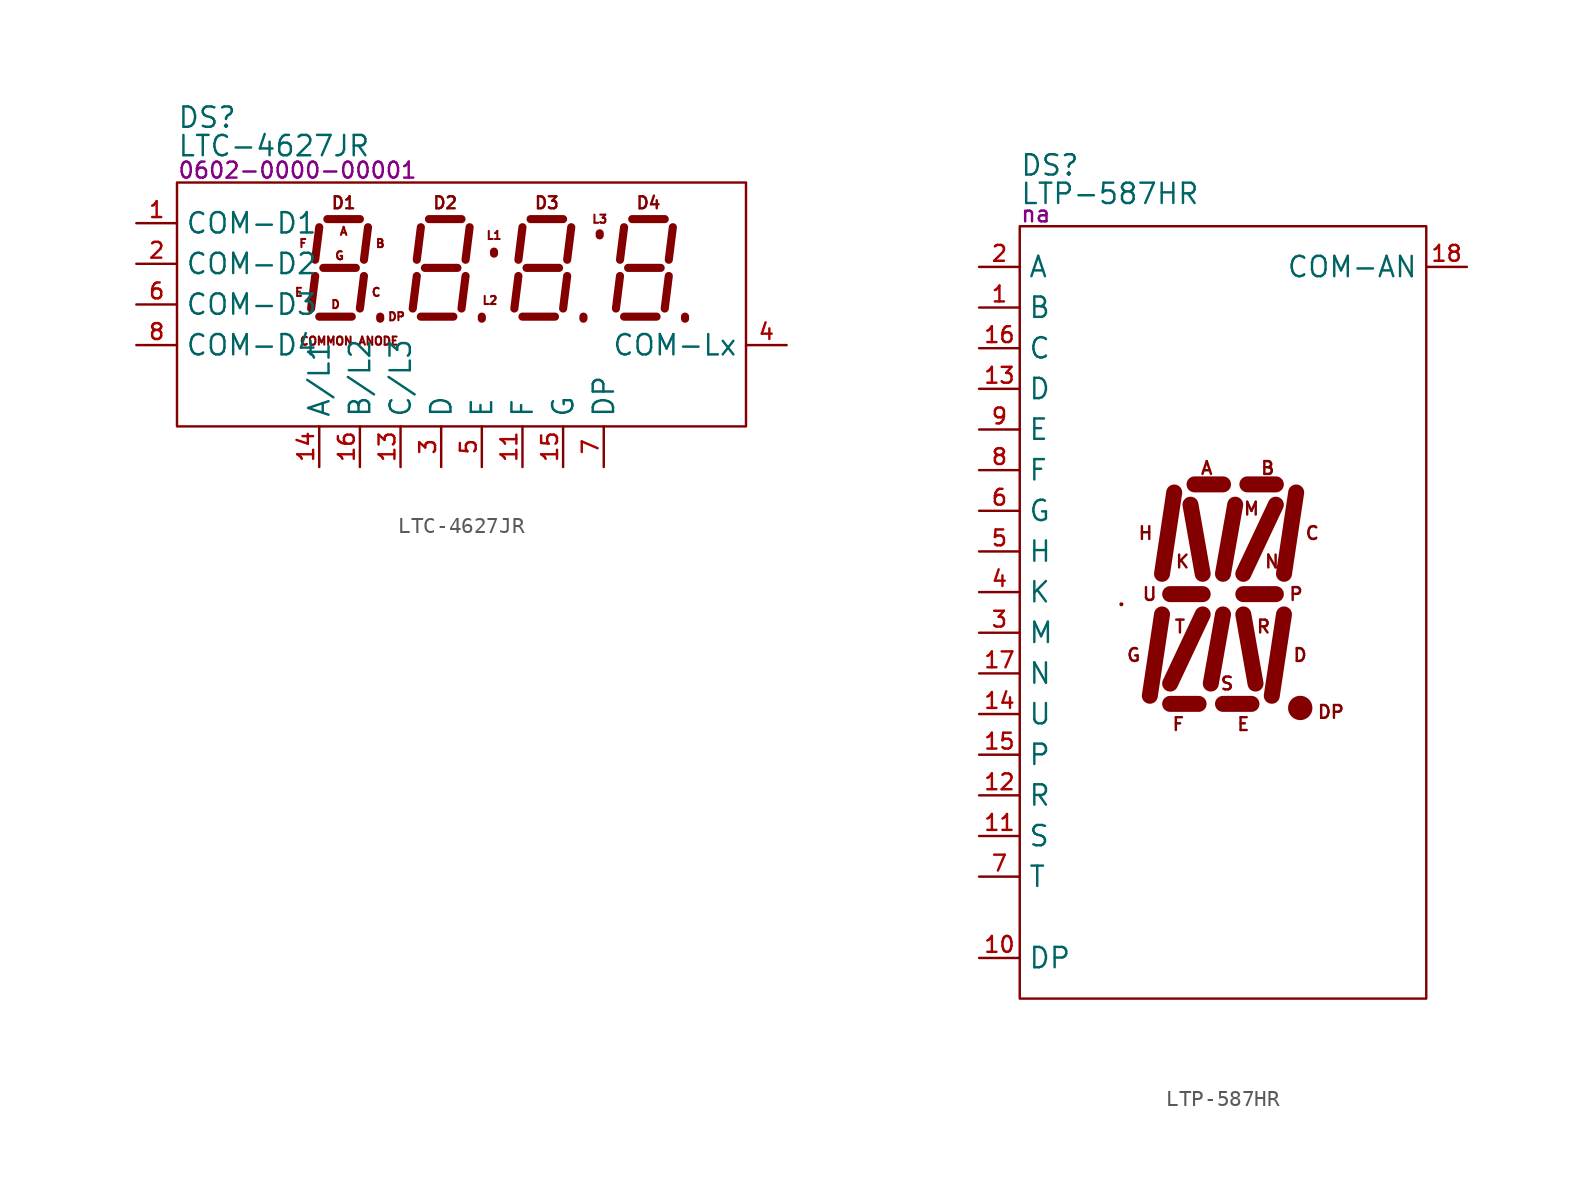
<source format=kicad_sym>
(kicad_symbol_lib
  (version 20231120)
  (generator "kicad_symbol_editor")
  (generator_version "8.0")
  (symbol "LTC-4627JR"
    (property "Reference" "DS"
      (at -2.54 4.064 0)
      (effects (font (size 1.27 1.27)) (justify left)))
    (property "Value" "LTC-4627JR"
      (at -2.54 2.286 0)
      (effects (font (size 1.27 1.27)) (justify left)))
    (property "PartNumber" "0602-0000-00001"
      (at -2.54 0.762 0)
      (effects (font (size 1 1)) (justify left)))
    (symbol "LTC-4627JR_0_0"
      (pin passive line (at 19.05 -17.78 90) (length 2.54) (name "F" (effects (font (size 1.27 1.27)))) (number "11" (effects (font (size 0.991 0.991)))))
      (pin passive line (at 11.43 -17.78 90) (length 2.54) (name "C/L3" (effects (font (size 1.27 1.27)))) (number "13" (effects (font (size 0.991 0.991)))))
      (pin passive line (at 6.35 -17.78 90) (length 2.54) (name "A/L1" (effects (font (size 1.27 1.27)))) (number "14" (effects (font (size 0.991 0.991)))))
      (pin passive line (at 21.59 -17.78 90) (length 2.54) (name "G" (effects (font (size 1.27 1.27)))) (number "15" (effects (font (size 0.991 0.991)))))
      (pin passive line (at 8.89 -17.78 90) (length 2.54) (name "B/L2" (effects (font (size 1.27 1.27)))) (number "16" (effects (font (size 0.991 0.991)))))
      (pin passive line (at 13.97 -17.78 90) (length 2.54) (name "D" (effects (font (size 1.27 1.27)))) (number "3" (effects (font (size 0.991 0.991)))))
      (pin passive line (at 16.51 -17.78 90) (length 2.54) (name "E" (effects (font (size 1.27 1.27)))) (number "5" (effects (font (size 0.991 0.991)))))
      (pin passive line (at 24.13 -17.78 90) (length 2.54) (name "DP" (effects (font (size 1.27 1.27)))) (number "7" (effects (font (size 0.991 0.991))))))
    (symbol "LTC-4627JR_1_0"
      (rectangle (start -2.54 0) (end 33.02 -15.24) (stroke (width 0) (type default)) (fill (type none)))
      (text "A" (at 7.874 -3.048 0) (effects (font (size 0.508 0.508))))
      (text "B" (at 10.16 -3.81 0) (effects (font (size 0.508 0.508))))
      (text "C" (at 9.906 -6.858 0) (effects (font (size 0.508 0.508))))
      (text "COMMON ANODE" (at 5.08 -9.906 0) (effects (font (size 0.508 0.508)) (justify left)))
      (text "D" (at 7.366 -7.62 0) (effects (font (size 0.508 0.508))))
      (text "D1" (at 7.874 -1.27 0) (effects (font (size 0.75 0.75))))
      (text "D2" (at 14.224 -1.27 0) (effects (font (size 0.75 0.75))))
      (text "D3" (at 20.574 -1.27 0) (effects (font (size 0.75 0.75))))
      (text "D4" (at 26.924 -1.27 0) (effects (font (size 0.75 0.75))))
      (text "DP" (at 11.176 -8.382 0) (effects (font (size 0.508 0.508))))
      (text "E" (at 5.08 -6.858 0) (effects (font (size 0.508 0.508))))
      (text "F" (at 5.334 -3.81 0) (effects (font (size 0.508 0.508))))
      (text "G" (at 7.62 -4.572 0) (effects (font (size 0.508 0.508))))
      (text "L1" (at 17.272 -3.302 0) (effects (font (size 0.508 0.508))))
      (text "L2" (at 17.018 -7.366 0) (effects (font (size 0.508 0.508))))
      (text "L3" (at 23.876 -2.286 0) (effects (font (size 0.508 0.508))))
      (pin passive line (at -5.08 -2.54 0) (length 2.54) (name "COM-D1" (effects (font (size 1.27 1.27)))) (number "1" (effects (font (size 0.991 0.991)))))
      (pin passive line (at -5.08 -5.08 0) (length 2.54) (name "COM-D2" (effects (font (size 1.27 1.27)))) (number "2" (effects (font (size 0.991 0.991)))))
      (pin passive line (at 35.56 -10.16 180) (length 2.54) (name "COM-Lx" (effects (font (size 1.27 1.27)))) (number "4" (effects (font (size 0.991 0.991)))))
      (pin passive line (at -5.08 -7.62 0) (length 2.54) (name "COM-D3" (effects (font (size 1.27 1.27)))) (number "6" (effects (font (size 0.991 0.991)))))
      (pin passive line (at -5.08 -10.16 0) (length 2.54) (name "COM-D4" (effects (font (size 1.27 1.27)))) (number "8" (effects (font (size 0.991 0.991)))))
      (pin no_connect line (at -1.27 -13.97 0) (length 2.54) hide (name "NC" (effects (font (size 1.27 1.27)))) (number "9" (effects (font (size 0.991 0.991))))))
    (symbol "LTC-4627JR_1_1"
      (polyline (pts (xy 6.096 -5.842) (xy 5.842 -7.874)) (stroke (width 0.508) (type default)) (fill (type none)))
      (polyline (pts (xy 6.35 -8.382) (xy 8.382 -8.382)) (stroke (width 0.508) (type default)) (fill (type none)))
      (polyline (pts (xy 6.35 -2.794) (xy 6.096 -4.826)) (stroke (width 0.508) (type default)) (fill (type none)))
      (polyline (pts (xy 6.604 -5.334) (xy 8.636 -5.334)) (stroke (width 0.508) (type default)) (fill (type none)))
      (polyline (pts (xy 6.858 -2.286) (xy 8.89 -2.286)) (stroke (width 0.508) (type default)) (fill (type none)))
      (polyline (pts (xy 9.144 -5.842) (xy 8.89 -7.874)) (stroke (width 0.508) (type default)) (fill (type none)))
      (polyline (pts (xy 9.398 -2.794) (xy 9.144 -4.826)) (stroke (width 0.508) (type default)) (fill (type none)))
      (polyline (pts (xy 10.16 -8.509) (xy 10.16 -8.382)) (stroke (width 0.508) (type default)) (fill (type none)))
      (polyline (pts (xy 12.446 -5.842) (xy 12.192 -7.874)) (stroke (width 0.508) (type default)) (fill (type none)))
      (polyline (pts (xy 12.7 -8.382) (xy 14.732 -8.382)) (stroke (width 0.508) (type default)) (fill (type none)))
      (polyline (pts (xy 12.7 -2.794) (xy 12.446 -4.826)) (stroke (width 0.508) (type default)) (fill (type none)))
      (polyline (pts (xy 12.954 -5.334) (xy 14.986 -5.334)) (stroke (width 0.508) (type default)) (fill (type none)))
      (polyline (pts (xy 13.208 -2.286) (xy 15.24 -2.286)) (stroke (width 0.508) (type default)) (fill (type none)))
      (polyline (pts (xy 15.494 -5.842) (xy 15.24 -7.874)) (stroke (width 0.508) (type default)) (fill (type none)))
      (polyline (pts (xy 15.748 -2.794) (xy 15.494 -4.826)) (stroke (width 0.508) (type default)) (fill (type none)))
      (polyline (pts (xy 16.51 -8.509) (xy 16.51 -8.382)) (stroke (width 0.508) (type default)) (fill (type none)))
      (polyline (pts (xy 17.272 -4.445) (xy 17.272 -4.318)) (stroke (width 0.508) (type default)) (fill (type none)))
      (polyline (pts (xy 18.796 -5.842) (xy 18.542 -7.874)) (stroke (width 0.508) (type default)) (fill (type none)))
      (polyline (pts (xy 19.05 -8.382) (xy 21.082 -8.382)) (stroke (width 0.508) (type default)) (fill (type none)))
      (polyline (pts (xy 19.05 -2.794) (xy 18.796 -4.826)) (stroke (width 0.508) (type default)) (fill (type none)))
      (polyline (pts (xy 19.304 -5.334) (xy 21.336 -5.334)) (stroke (width 0.508) (type default)) (fill (type none)))
      (polyline (pts (xy 19.558 -2.286) (xy 21.59 -2.286)) (stroke (width 0.508) (type default)) (fill (type none)))
      (polyline (pts (xy 21.844 -5.842) (xy 21.59 -7.874)) (stroke (width 0.508) (type default)) (fill (type none)))
      (polyline (pts (xy 22.098 -2.794) (xy 21.844 -4.826)) (stroke (width 0.508) (type default)) (fill (type none)))
      (polyline (pts (xy 22.86 -8.509) (xy 22.86 -8.382)) (stroke (width 0.508) (type default)) (fill (type none)))
      (polyline (pts (xy 23.876 -3.302) (xy 23.876 -3.175)) (stroke (width 0.508) (type default)) (fill (type none)))
      (polyline (pts (xy 25.146 -5.842) (xy 24.892 -7.874)) (stroke (width 0.508) (type default)) (fill (type none)))
      (polyline (pts (xy 25.4 -8.382) (xy 27.432 -8.382)) (stroke (width 0.508) (type default)) (fill (type none)))
      (polyline (pts (xy 25.4 -2.794) (xy 25.146 -4.826)) (stroke (width 0.508) (type default)) (fill (type none)))
      (polyline (pts (xy 25.654 -5.334) (xy 27.686 -5.334)) (stroke (width 0.508) (type default)) (fill (type none)))
      (polyline (pts (xy 25.908 -2.286) (xy 27.94 -2.286)) (stroke (width 0.508) (type default)) (fill (type none)))
      (polyline (pts (xy 28.194 -5.842) (xy 27.94 -7.874)) (stroke (width 0.508) (type default)) (fill (type none)))
      (polyline (pts (xy 28.448 -2.794) (xy 28.194 -4.826)) (stroke (width 0.508) (type default)) (fill (type none)))
      (polyline (pts (xy 29.21 -8.509) (xy 29.21 -8.382)) (stroke (width 0.508) (type default)) (fill (type none)))))
  (symbol "LTP-587HR"
    (property "Reference" "DS"
      (at 0 3.81 0)
      (effects (font (size 1.27 1.27)) (justify left)))
    (property "Value" "LTP-587HR"
      (at 0 2.032 0)
      (effects (font (size 1.27 1.27)) (justify left)))
    (property "PartNumber" "na"
      (at 0 0.762 0)
      (effects (font (size 1 1)) (justify left)))
    (symbol "LTP-587HR_0_0"
      (pin unspecified line (at -2.54 -5.08 0) (length 2.54) (name "B" (effects (font (size 1.27 1.27)))) (number "1" (effects (font (size 0.991 0.991)))))
      (pin unspecified line (at -2.54 -45.72 0) (length 2.54) (name "DP" (effects (font (size 1.27 1.27)))) (number "10" (effects (font (size 0.991 0.991)))))
      (pin unspecified line (at -2.54 -38.1 0) (length 2.54) (name "S" (effects (font (size 1.27 1.27)))) (number "11" (effects (font (size 0.991 0.991)))))
      (pin unspecified line (at -2.54 -35.56 0) (length 2.54) (name "R" (effects (font (size 1.27 1.27)))) (number "12" (effects (font (size 0.991 0.991)))))
      (pin unspecified line (at -2.54 -10.16 0) (length 2.54) (name "D" (effects (font (size 1.27 1.27)))) (number "13" (effects (font (size 0.991 0.991)))))
      (pin unspecified line (at -2.54 -30.48 0) (length 2.54) (name "U" (effects (font (size 1.27 1.27)))) (number "14" (effects (font (size 0.991 0.991)))))
      (pin unspecified line (at -2.54 -33.02 0) (length 2.54) (name "P" (effects (font (size 1.27 1.27)))) (number "15" (effects (font (size 0.991 0.991)))))
      (pin unspecified line (at -2.54 -7.62 0) (length 2.54) (name "C" (effects (font (size 1.27 1.27)))) (number "16" (effects (font (size 0.991 0.991)))))
      (pin unspecified line (at -2.54 -27.94 0) (length 2.54) (name "N" (effects (font (size 1.27 1.27)))) (number "17" (effects (font (size 0.991 0.991)))))
      (pin unspecified line (at 27.94 -2.54 180) (length 2.54) (name "COM-AN" (effects (font (size 1.27 1.27)))) (number "18" (effects (font (size 0.991 0.991)))))
      (pin unspecified line (at -2.54 -2.54 0) (length 2.54) (name "A" (effects (font (size 1.27 1.27)))) (number "2" (effects (font (size 0.991 0.991)))))
      (pin unspecified line (at -2.54 -25.4 0) (length 2.54) (name "M" (effects (font (size 1.27 1.27)))) (number "3" (effects (font (size 0.991 0.991)))))
      (pin unspecified line (at -2.54 -22.86 0) (length 2.54) (name "K" (effects (font (size 1.27 1.27)))) (number "4" (effects (font (size 0.991 0.991)))))
      (pin unspecified line (at -2.54 -20.32 0) (length 2.54) (name "H" (effects (font (size 1.27 1.27)))) (number "5" (effects (font (size 0.991 0.991)))))
      (pin unspecified line (at -2.54 -17.78 0) (length 2.54) (name "G" (effects (font (size 1.27 1.27)))) (number "6" (effects (font (size 0.991 0.991)))))
      (pin unspecified line (at -2.54 -40.64 0) (length 2.54) (name "T" (effects (font (size 1.27 1.27)))) (number "7" (effects (font (size 0.991 0.991)))))
      (pin unspecified line (at -2.54 -15.24 0) (length 2.54) (name "F" (effects (font (size 1.27 1.27)))) (number "8" (effects (font (size 0.991 0.991)))))
      (pin unspecified line (at -2.54 -12.7 0) (length 2.54) (name "E" (effects (font (size 1.27 1.27)))) (number "9" (effects (font (size 0.991 0.991))))))
    (symbol "LTP-587HR_0_1"
      (polyline (pts (xy 6.35 -23.622) (xy 6.35 -23.622)) (stroke (width 0.254) (type default)) (fill (type none)))
      (rectangle (start 0 0) (end 25.4 -48.26) (stroke (width 0) (type default)) (fill (type none))))
    (symbol "LTP-587HR_1_0"
      (circle (center 17.526 -30.099) (radius 0.762) (stroke (width -0.0001) (type default)) (fill (type outline)))
      (text "A" (at 11.684 -15.113 0) (effects (font (size 0.8 0.8))))
      (text "B" (at 15.494 -15.113 0) (effects (font (size 0.8 0.8))))
      (text "C" (at 17.78 -19.177 0) (effects (font (size 0.8 0.8)) (justify left)))
      (text "D" (at 17.018 -26.797 0) (effects (font (size 0.8 0.8)) (justify left)))
      (text "DP" (at 18.542 -30.353 0) (effects (font (size 0.8 0.8)) (justify left)))
      (text "E" (at 13.97 -31.115 0) (effects (font (size 0.8 0.8))))
      (text "F" (at 9.906 -31.115 0) (effects (font (size 0.8 0.8))))
      (text "G" (at 7.62 -26.797 0) (effects (font (size 0.8 0.8)) (justify right)))
      (text "H" (at 8.382 -19.177 0) (effects (font (size 0.8 0.8)) (justify right)))
      (text "K" (at 10.668 -20.955 0) (effects (font (size 0.8 0.8)) (justify right)))
      (text "M" (at 14.478 -17.653 0) (effects (font (size 0.8 0.8))))
      (text "N" (at 15.24 -20.955 0) (effects (font (size 0.8 0.8)) (justify left)))
      (text "P" (at 16.764 -22.987 0) (effects (font (size 0.8 0.8)) (justify left)))
      (text "R" (at 14.732 -25.019 0) (effects (font (size 0.8 0.8)) (justify left)))
      (text "S" (at 12.954 -28.575 0) (effects (font (size 0.8 0.8))))
      (text "T" (at 10.414 -25.019 0) (effects (font (size 0.8 0.8)) (justify right)))
      (text "U" (at 8.636 -22.987 0) (effects (font (size 0.8 0.8)) (justify right))))
    (symbol "LTP-587HR_1_1"
      (polyline (pts (xy 8.128 -29.337) (xy 8.89 -24.257)) (stroke (width 1) (type default)) (fill (type none)))
      (polyline (pts (xy 8.89 -21.717) (xy 9.652 -16.637)) (stroke (width 1) (type default)) (fill (type none)))
      (polyline (pts (xy 9.398 -22.987) (xy 11.43 -22.987)) (stroke (width 1) (type default)) (fill (type none)))
      (polyline (pts (xy 11.176 -29.845) (xy 9.398 -29.845)) (stroke (width 1) (type default)) (fill (type none)))
      (polyline (pts (xy 11.43 -24.257) (xy 9.398 -28.575)) (stroke (width 1) (type default)) (fill (type none)))
      (polyline (pts (xy 11.43 -21.717) (xy 10.668 -17.399)) (stroke (width 1) (type default)) (fill (type none)))
      (polyline (pts (xy 12.7 -24.257) (xy 11.938 -28.575)) (stroke (width 1) (type default)) (fill (type none)))
      (polyline (pts (xy 12.7 -21.717) (xy 13.462 -17.399)) (stroke (width 1) (type default)) (fill (type none)))
      (polyline (pts (xy 12.7 -16.129) (xy 10.922 -16.129)) (stroke (width 1) (type default)) (fill (type none)))
      (polyline (pts (xy 13.97 -24.257) (xy 14.732 -28.575)) (stroke (width 1) (type default)) (fill (type none)))
      (polyline (pts (xy 13.97 -22.987) (xy 16.002 -22.987)) (stroke (width 1) (type default)) (fill (type none)))
      (polyline (pts (xy 13.97 -21.717) (xy 16.002 -17.399)) (stroke (width 1) (type default)) (fill (type none)))
      (polyline (pts (xy 14.478 -29.845) (xy 12.7 -29.845)) (stroke (width 1) (type default)) (fill (type none)))
      (polyline (pts (xy 15.748 -29.337) (xy 16.51 -24.257)) (stroke (width 1) (type default)) (fill (type none)))
      (polyline (pts (xy 16.002 -16.129) (xy 14.224 -16.129)) (stroke (width 1) (type default)) (fill (type none)))
      (polyline (pts (xy 16.51 -21.717) (xy 17.272 -16.637)) (stroke (width 1) (type default)) (fill (type none))))))
</source>
